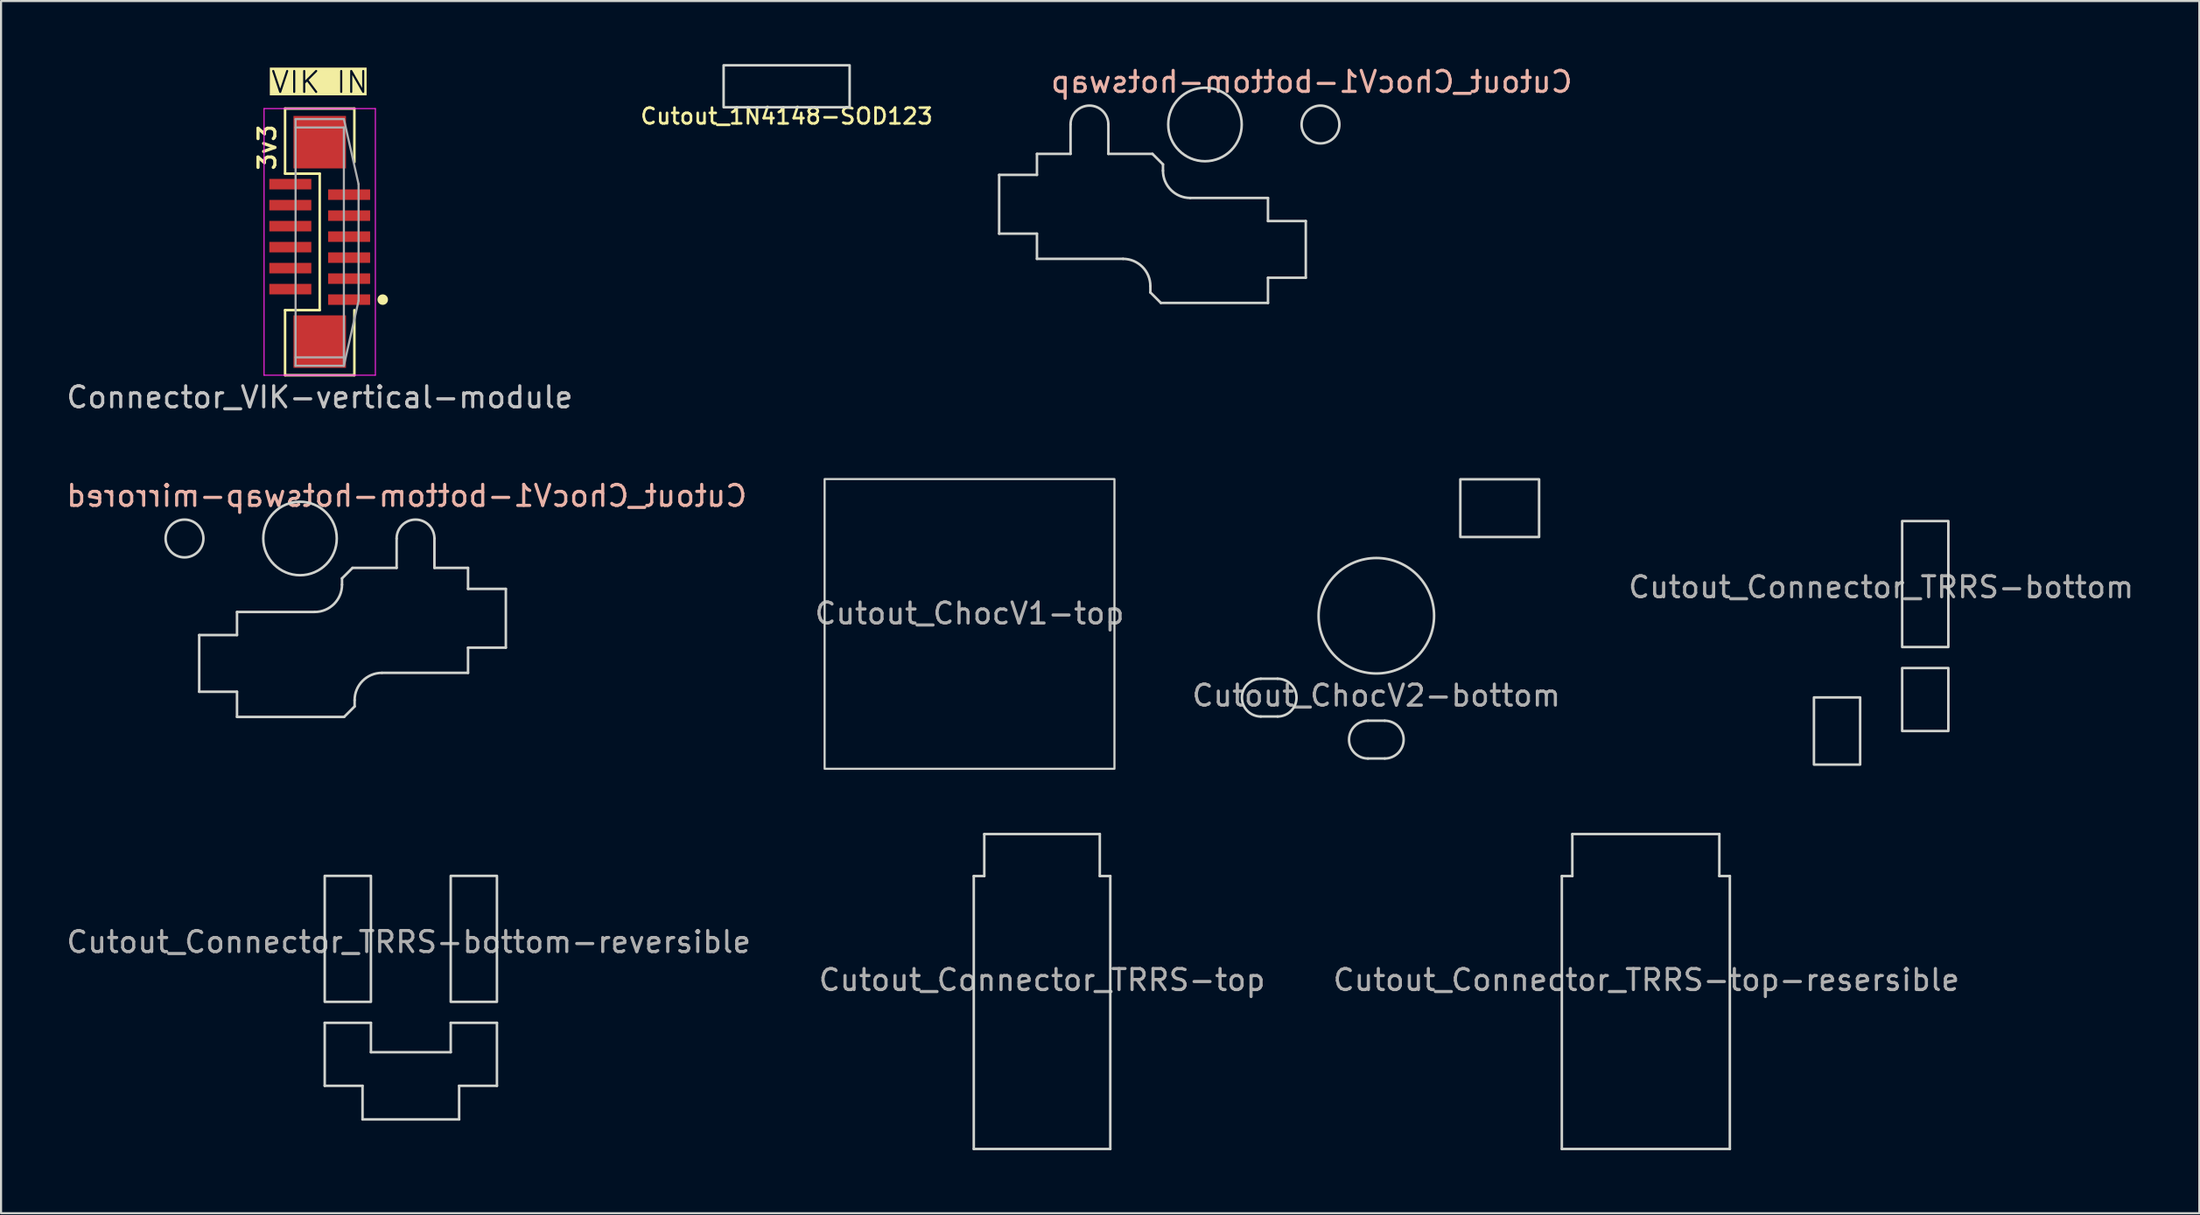
<source format=kicad_pcb>
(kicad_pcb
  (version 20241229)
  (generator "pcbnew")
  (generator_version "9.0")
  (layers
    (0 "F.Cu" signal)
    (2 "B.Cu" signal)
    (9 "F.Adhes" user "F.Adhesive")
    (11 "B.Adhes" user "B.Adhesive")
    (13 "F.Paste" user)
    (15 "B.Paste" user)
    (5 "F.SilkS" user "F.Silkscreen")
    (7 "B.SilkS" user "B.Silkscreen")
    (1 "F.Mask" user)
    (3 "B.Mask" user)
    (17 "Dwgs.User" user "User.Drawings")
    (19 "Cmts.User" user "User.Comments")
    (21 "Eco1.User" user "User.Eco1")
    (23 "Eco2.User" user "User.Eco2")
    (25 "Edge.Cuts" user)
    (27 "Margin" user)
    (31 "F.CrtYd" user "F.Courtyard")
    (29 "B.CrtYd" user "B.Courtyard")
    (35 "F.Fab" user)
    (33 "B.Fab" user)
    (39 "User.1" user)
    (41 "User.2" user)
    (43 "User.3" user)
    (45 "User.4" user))
  (footprint "Cutout_Connector_TRRS-top-resersible"
    (layer "F.Cu")
    (at 75.314 38.68)
    (property "Reference" "Cutout_Connector_TRRS-top-resersible" (at 0.025 4.95 0) (layer "F.Fab") (effects (font (size 1 1) (thickness 0.15))))
    (attr through_hole)
    (fp_line (start -4 0) (end -3.5 0) (stroke (width 0.12) (type solid)) (layer "Edge.Cuts"))
    (fp_line (start -4 13) (end -4 0) (stroke (width 0.12) (type solid)) (layer "Edge.Cuts"))
    (fp_line (start -3.5 -2) (end 3.5 -2) (stroke (width 0.12) (type solid)) (layer "Edge.Cuts"))
    (fp_line (start -3.5 0) (end -3.5 -2) (stroke (width 0.12) (type solid)) (layer "Edge.Cuts"))
    (fp_line (start 3.5 -2) (end 3.5 0) (stroke (width 0.12) (type solid)) (layer "Edge.Cuts"))
    (fp_line (start 3.5 0) (end 4 0) (stroke (width 0.12) (type solid)) (layer "Edge.Cuts"))
    (fp_line (start 4 0) (end 4 13) (stroke (width 0.12) (type solid)) (layer "Edge.Cuts"))
    (fp_line (start 4 13) (end -4 13) (stroke (width 0.12) (type solid)) (layer "Edge.Cuts")))
  (footprint "Cutout_1N4148-SOD123"
    (layer "F.Cu")
    (at 34.404 1.06)
    (property "Reference" "Cutout_1N4148-SOD123" (at 0 1.425 0) (layer "F.SilkS") (effects (font (size 0.75 0.75) (thickness 0.125))))
    (fp_rect (start -3 -1) (end 3 1) (stroke (width 0.12) (type solid)) (fill no) (layer "Edge.Cuts")))
  (footprint "Cutout_ChocV1-bottom-hotswap-mirrored"
    (layer "F.Cu")
    (at 11.235 22.6)
    (property "Reference" "Cutout_ChocV1-bottom-hotswap-mirrored" (at 5.08 -2.032 0) (layer "B.SilkS") (effects (font (size 1 1) (thickness 0.15)) (justify mirror)))
    (fp_line (start -4.8 4.6) (end -3 4.6) (stroke (width 0.12) (type solid)) (layer "Edge.Cuts"))
    (fp_line (start -4.8 7.3) (end -4.8 4.6) (stroke (width 0.12) (type solid)) (layer "Edge.Cuts"))
    (fp_line (start -3 3.5) (end 0.7 3.5) (stroke (width 0.12) (type solid)) (layer "Edge.Cuts"))
    (fp_line (start -3 4.6) (end -3 3.5) (stroke (width 0.12) (type solid)) (layer "Edge.Cuts"))
    (fp_line (start -3 7.3) (end -4.8 7.3) (stroke (width 0.12) (type solid)) (layer "Edge.Cuts"))
    (fp_line (start -3 8.5) (end -3 7.3) (stroke (width 0.12) (type solid)) (layer "Edge.Cuts"))
    (fp_line (start 2 1.9) (end 2 2.2) (stroke (width 0.12) (type solid)) (layer "Edge.Cuts"))
    (fp_line (start 2.1 8.5) (end -3 8.5) (stroke (width 0.12) (type solid)) (layer "Edge.Cuts"))
    (fp_line (start 2.1 8.5) (end 2.6 8) (stroke (width 0.12) (type solid)) (layer "Edge.Cuts"))
    (fp_line (start 2.5 1.4) (end 2 1.9) (stroke (width 0.12) (type solid)) (layer "Edge.Cuts"))
    (fp_line (start 2.5 1.4) (end 4.6 1.4) (stroke (width 0.12) (type solid)) (layer "Edge.Cuts"))
    (fp_line (start 2.6 8) (end 2.6 7.7) (stroke (width 0.12) (type solid)) (layer "Edge.Cuts"))
    (fp_line (start 4.6 0) (end 4.6 1.4) (stroke (width 0.12) (type solid)) (layer "Edge.Cuts"))
    (fp_line (start 6.4 0) (end 6.4 1.4) (stroke (width 0.12) (type solid)) (layer "Edge.Cuts"))
    (fp_line (start 8 1.4) (end 6.4 1.4) (stroke (width 0.12) (type solid)) (layer "Edge.Cuts"))
    (fp_line (start 8 1.4) (end 8 2.4) (stroke (width 0.12) (type solid)) (layer "Edge.Cuts"))
    (fp_line (start 8 2.4) (end 9.8 2.4) (stroke (width 0.12) (type solid)) (layer "Edge.Cuts"))
    (fp_line (start 8 5.2) (end 8 6.4) (stroke (width 0.12) (type solid)) (layer "Edge.Cuts"))
    (fp_line (start 8 6.4) (end 3.9 6.4) (stroke (width 0.12) (type solid)) (layer "Edge.Cuts"))
    (fp_line (start 9.8 2.4) (end 9.8 5.2) (stroke (width 0.12) (type solid)) (layer "Edge.Cuts"))
    (fp_line (start 9.8 5.2) (end 8 5.2) (stroke (width 0.12) (type solid)) (layer "Edge.Cuts"))
    (fp_arc (start 2 2.2) (mid 1.619239 3.119239) (end 0.7 3.5) (stroke (width 0.12) (type solid)) (layer "Edge.Cuts"))
    (fp_arc (start 2.6 7.7) (mid 2.980761 6.780761) (end 3.9 6.4) (stroke (width 0.12) (type solid)) (layer "Edge.Cuts"))
    (fp_arc (start 4.6 0) (mid 5.5 -0.9) (end 6.4 0) (stroke (width 0.12) (type solid)) (layer "Edge.Cuts"))
    (fp_circle (center -5.5 0) (end -5.5 -0.9) (stroke (width 0.12) (type solid)) (fill no) (layer "Edge.Cuts"))
    (fp_circle (center 0 0) (end 0 -1.75) (stroke (width 0.12) (type solid)) (fill no) (layer "Edge.Cuts")))
  (footprint "Cutout_ChocV1-top"
    (layer "F.Cu")
    (at 43.113 26.67)
    (property "Reference" "Cutout_ChocV1-top" (at 0 -0.5 0) (unlocked yes) (layer "F.Fab") (effects (font (size 1 1) (thickness 0.15))))
    (fp_rect (start -6.9 -6.9) (end 6.9 6.9) (stroke (width 0.1) (type solid)) (fill no) (layer "Edge.Cuts")))
  (footprint "Cutout_ChocV1-bottom-hotswap"
    (layer "F.Cu")
    (at 54.323 2.88)
    (property "Reference" "Cutout_ChocV1-bottom-hotswap" (at 5.08 -2.032 0) (layer "B.SilkS") (effects (font (size 1 1) (thickness 0.15)) (justify mirror)))
    (fp_line (start -9.8 2.4) (end -9.8 5.2) (stroke (width 0.12) (type solid)) (layer "Edge.Cuts"))
    (fp_line (start -9.8 5.2) (end -8 5.2) (stroke (width 0.12) (type solid)) (layer "Edge.Cuts"))
    (fp_line (start -8 1.4) (end -8 2.4) (stroke (width 0.12) (type solid)) (layer "Edge.Cuts"))
    (fp_line (start -8 1.4) (end -6.4 1.4) (stroke (width 0.12) (type solid)) (layer "Edge.Cuts"))
    (fp_line (start -8 2.4) (end -9.8 2.4) (stroke (width 0.12) (type solid)) (layer "Edge.Cuts"))
    (fp_line (start -8 5.2) (end -8 6.4) (stroke (width 0.12) (type solid)) (layer "Edge.Cuts"))
    (fp_line (start -8 6.4) (end -3.9 6.4) (stroke (width 0.12) (type solid)) (layer "Edge.Cuts"))
    (fp_line (start -6.4 0) (end -6.4 1.4) (stroke (width 0.12) (type solid)) (layer "Edge.Cuts"))
    (fp_line (start -4.6 0) (end -4.6 1.4) (stroke (width 0.12) (type solid)) (layer "Edge.Cuts"))
    (fp_line (start -2.6 8) (end -2.6 7.7) (stroke (width 0.12) (type solid)) (layer "Edge.Cuts"))
    (fp_line (start -2.5 1.4) (end -4.6 1.4) (stroke (width 0.12) (type solid)) (layer "Edge.Cuts"))
    (fp_line (start -2.5 1.4) (end -2 1.9) (stroke (width 0.12) (type solid)) (layer "Edge.Cuts"))
    (fp_line (start -2.1 8.5) (end -2.6 8) (stroke (width 0.12) (type solid)) (layer "Edge.Cuts"))
    (fp_line (start -2.1 8.5) (end 3 8.5) (stroke (width 0.12) (type solid)) (layer "Edge.Cuts"))
    (fp_line (start -2 1.9) (end -2 2.2) (stroke (width 0.12) (type solid)) (layer "Edge.Cuts"))
    (fp_line (start 3 3.5) (end -0.7 3.5) (stroke (width 0.12) (type solid)) (layer "Edge.Cuts"))
    (fp_line (start 3 4.6) (end 3 3.5) (stroke (width 0.12) (type solid)) (layer "Edge.Cuts"))
    (fp_line (start 3 7.3) (end 4.8 7.3) (stroke (width 0.12) (type solid)) (layer "Edge.Cuts"))
    (fp_line (start 3 8.5) (end 3 7.3) (stroke (width 0.12) (type solid)) (layer "Edge.Cuts"))
    (fp_line (start 4.8 4.6) (end 3 4.6) (stroke (width 0.12) (type solid)) (layer "Edge.Cuts"))
    (fp_line (start 4.8 7.3) (end 4.8 4.6) (stroke (width 0.12) (type solid)) (layer "Edge.Cuts"))
    (fp_arc (start -6.4 0) (mid -5.5 -0.9) (end -4.6 0) (stroke (width 0.12) (type solid)) (layer "Edge.Cuts"))
    (fp_arc (start -3.9 6.4) (mid -2.980761 6.780761) (end -2.6 7.7) (stroke (width 0.12) (type solid)) (layer "Edge.Cuts"))
    (fp_arc (start -0.7 3.5) (mid -1.619239 3.119239) (end -2 2.2) (stroke (width 0.12) (type solid)) (layer "Edge.Cuts"))
    (fp_circle (center 0 0) (end 0 -1.75) (stroke (width 0.12) (type solid)) (fill no) (layer "Edge.Cuts"))
    (fp_circle (center 5.5 0) (end 5.5 -0.9) (stroke (width 0.12) (type solid)) (fill no) (layer "Edge.Cuts")))
  (footprint "Cutout_Connector_TRRS-top"
    (layer "F.Cu")
    (at 46.565 38.68)
    (property "Reference" "Cutout_Connector_TRRS-top" (at 0 4.95 0) (layer "F.Fab") (effects (font (size 1 1) (thickness 0.15))))
    (attr through_hole)
    (fp_line (start -3.25 0) (end -3.25 13) (stroke (width 0.12) (type solid)) (layer "Edge.Cuts"))
    (fp_line (start -3.25 13) (end 3.25 13) (stroke (width 0.12) (type solid)) (layer "Edge.Cuts"))
    (fp_line (start -2.75 -2) (end -2.75 0) (stroke (width 0.12) (type solid)) (layer "Edge.Cuts"))
    (fp_line (start -2.75 0) (end -3.25 0) (stroke (width 0.12) (type solid)) (layer "Edge.Cuts"))
    (fp_line (start 2.75 -2) (end -2.75 -2) (stroke (width 0.12) (type solid)) (layer "Edge.Cuts"))
    (fp_line (start 2.75 0) (end 2.75 -2) (stroke (width 0.12) (type solid)) (layer "Edge.Cuts"))
    (fp_line (start 3.25 0) (end 2.75 0) (stroke (width 0.12) (type solid)) (layer "Edge.Cuts"))
    (fp_line (start 3.25 13) (end 3.25 0) (stroke (width 0.12) (type solid)) (layer "Edge.Cuts")))
  (footprint "Cutout_ChocV2-bottom"
    (layer "F.Cu")
    (at 62.482 26.28)
    (property "Reference" "Cutout_ChocV2-bottom" (at 0 3.8 0) (layer "F.Fab") (effects (font (size 1 1) (thickness 0.15))))
    (attr through_hole)
    (fp_line (start -5.5 3) (end -4.7 3) (stroke (width 0.12) (type solid)) (layer "Edge.Cuts"))
    (fp_line (start -5.5 4.8) (end -4.7 4.8) (stroke (width 0.12) (type solid)) (layer "Edge.Cuts"))
    (fp_line (start -0.4 5) (end 0.4 5) (stroke (width 0.12) (type solid)) (layer "Edge.Cuts"))
    (fp_line (start -0.4 6.8) (end 0.4 6.8) (stroke (width 0.12) (type solid)) (layer "Edge.Cuts"))
    (fp_rect (start 4 -6.5) (end 7.75 -3.75) (stroke (width 0.12) (type solid)) (fill no) (layer "Edge.Cuts"))
    (fp_arc (start -5.5 4.8) (mid -6.4 3.9) (end -5.5 3) (stroke (width 0.12) (type solid)) (layer "Edge.Cuts"))
    (fp_arc (start -4.7 3) (mid -3.8 3.9) (end -4.7 4.8) (stroke (width 0.12) (type solid)) (layer "Edge.Cuts"))
    (fp_arc (start -0.4 6.8) (mid -1.3 5.9) (end -0.4 5) (stroke (width 0.12) (type solid)) (layer "Edge.Cuts"))
    (fp_arc (start 0.4 5) (mid 1.3 5.9) (end 0.4 6.8) (stroke (width 0.12) (type solid)) (layer "Edge.Cuts"))
    (fp_circle (center 0 0) (end 0 -2.75) (stroke (width 0.12) (type solid)) (fill no) (layer "Edge.Cuts")))
  (footprint "Connector_VIK-vertical-module"
    (layer "F.Cu")
    (at 12.173 8.472)
    (property "Reference" "Connector_VIK-vertical-module" (at 0 7.4 0) (layer "Dwgs.User") (effects (font (size 1 1) (thickness 0.15))))
    (attr smd)
    (fp_line (start -1.65 -6.35) (end -1.65 -3.25) (stroke (width 0.12) (type default)) (layer "F.SilkS"))
    (fp_line (start -1.65 -6.35) (end 1.65 -6.35) (stroke (width 0.12) (type default)) (layer "F.SilkS"))
    (fp_line (start -1.65 6.35) (end -1.65 3.25) (stroke (width 0.12) (type default)) (layer "F.SilkS"))
    (fp_line (start -1.65 6.35) (end 1.65 6.35) (stroke (width 0.12) (type default)) (layer "F.SilkS"))
    (fp_line (start 0 -3.25) (end -1.65 -3.25) (stroke (width 0.12) (type default)) (layer "F.SilkS"))
    (fp_line (start 0 -3.25) (end 0 3.25) (stroke (width 0.12) (type default)) (layer "F.SilkS"))
    (fp_line (start 0 3.25) (end -1.65 3.25) (stroke (width 0.12) (type default)) (layer "F.SilkS"))
    (fp_line (start 1.65 -6.35) (end 1.65 -3.8) (stroke (width 0.12) (type default)) (layer "F.SilkS"))
    (fp_line (start 1.65 6.35) (end 1.65 3.25) (stroke (width 0.12) (type default)) (layer "F.SilkS"))
    (fp_circle (center 3 2.75) (end 3.125 2.75) (stroke (width 0.25) (type solid)) (fill yes) (layer "F.SilkS"))
    (fp_line (start -2.65 -6.35) (end 2.65 -6.35) (stroke (width 0.05) (type solid)) (layer "F.CrtYd"))
    (fp_line (start -2.65 6.35) (end -2.65 -6.35) (stroke (width 0.05) (type solid)) (layer "F.CrtYd"))
    (fp_line (start 2.65 -6.35) (end 2.65 6.35) (stroke (width 0.05) (type solid)) (layer "F.CrtYd"))
    (fp_line (start 2.65 6.35) (end -2.65 6.35) (stroke (width 0.05) (type solid)) (layer "F.CrtYd"))
    (fp_line (start -1.15 -5.85) (end 1.15 -5.85) (stroke (width 0.1) (type solid)) (layer "F.Fab"))
    (fp_line (start -1.15 -5.45) (end 1.15 -5.45) (stroke (width 0.1) (type solid)) (layer "F.Fab"))
    (fp_line (start -1.15 5.9) (end -1.15 -5.85) (stroke (width 0.1) (type solid)) (layer "F.Fab"))
    (fp_line (start 1.15 -5.85) (end 1.85 -2.75) (stroke (width 0.1) (type solid)) (layer "F.Fab"))
    (fp_line (start 1.15 -5.45) (end 1.15 5.9) (stroke (width 0.1) (type solid)) (layer "F.Fab"))
    (fp_line (start 1.15 5.5) (end -1.15 5.5) (stroke (width 0.1) (type solid)) (layer "F.Fab"))
    (fp_line (start 1.15 5.9) (end -1.15 5.9) (stroke (width 0.1) (type solid)) (layer "F.Fab"))
    (fp_line (start 1.85 -2.75) (end 1.85 2.8) (stroke (width 0.1) (type solid)) (layer "F.Fab"))
    (fp_line (start 1.85 2.8) (end 1.15 5.9) (stroke (width 0.1) (type solid)) (layer "F.Fab"))
    (fp_text user "VIK IN" (at 0 -7.6 0) (unlocked yes) (layer "F.SilkS" knockout) (effects (font (size 1 1) (thickness 0.1))))
    (fp_text user "3v3" (at -2.5 -4.5 90) (unlocked yes) (layer "F.SilkS") (effects (font (size 0.8 0.8) (thickness 0.15))))
    (pad "" smd rect (at 0 -4.75) (size 2.5 2.5) (layers "F.Cu" "F.Mask" "F.Paste"))
    (pad "" smd rect (at 0 4.75) (size 2.5 2.5) (layers "F.Cu" "F.Mask" "F.Paste"))
    (pad "1" smd custom (at 1.9 2.75) (size 1 0.5) (layers "F.Cu" "F.Mask" "F.Paste") (options (anchor rect)) (primitives (gr_poly (pts (xy -1.5 0.25) (xy -0.5 0.25) (xy -0.5 -0.25) (xy -1.5 -0.25)) (width 0) (fill yes))))
    (pad "2" smd custom (at -1.9 2.25 180) (size 1 0.5) (layers "F.Cu" "F.Mask" "F.Paste") (options (anchor rect)) (primitives (gr_poly (pts (xy -1.5 0.25) (xy -0.5 0.25) (xy -0.5 -0.25) (xy -1.5 -0.25)) (width 0) (fill yes))))
    (pad "3" smd custom (at 1.9 1.75) (size 1 0.5) (layers "F.Cu" "F.Mask" "F.Paste") (options (anchor rect)) (primitives (gr_poly (pts (xy -1.5 0.25) (xy -0.5 0.25) (xy -0.5 -0.25) (xy -1.5 -0.25)) (width 0) (fill yes))))
    (pad "4" smd custom (at -1.9 1.25 180) (size 1 0.5) (layers "F.Cu" "F.Mask" "F.Paste") (options (anchor rect)) (primitives (gr_poly (pts (xy -1.5 0.25) (xy -0.5 0.25) (xy -0.5 -0.25) (xy -1.5 -0.25)) (width 0) (fill yes))))
    (pad "5" smd custom (at 1.9 0.75) (size 1 0.5) (layers "F.Cu" "F.Mask" "F.Paste") (options (anchor rect)) (primitives (gr_poly (pts (xy -1.5 0.25) (xy -0.5 0.25) (xy -0.5 -0.25) (xy -1.5 -0.25)) (width 0) (fill yes))))
    (pad "6" smd rect (at -1.4 0.25 270) (size 0.5 2) (layers "F.Cu" "F.Mask" "F.Paste"))
    (pad "7" smd custom (at 1.9 -0.25) (size 1 0.5) (layers "F.Cu" "F.Mask" "F.Paste") (options (anchor rect)) (primitives (gr_poly (pts (xy -1.5 0.25) (xy -0.5 0.25) (xy -0.5 -0.25) (xy -1.5 -0.25)) (width 0) (fill yes))))
    (pad "8" smd custom (at -1.9 -0.75 180) (size 1 0.5) (layers "F.Cu" "F.Mask" "F.Paste") (options (anchor rect)) (primitives (gr_poly (pts (xy -1.5 0.25) (xy -0.5 0.25) (xy -0.5 -0.25) (xy -1.5 -0.25)) (width 0) (fill yes))))
    (pad "9" smd custom (at 1.9 -1.25) (size 1 0.5) (layers "F.Cu" "F.Mask" "F.Paste") (options (anchor rect)) (primitives (gr_poly (pts (xy -1.5 0.25) (xy -0.5 0.25) (xy -0.5 -0.25) (xy -1.5 -0.25)) (width 0) (fill yes))))
    (pad "10" smd custom (at -1.9 -1.75 180) (size 1 0.5) (layers "F.Cu" "F.Mask" "F.Paste") (options (anchor rect)) (primitives (gr_poly (pts (xy -1.5 0.25) (xy -0.5 0.25) (xy -0.5 -0.25) (xy -1.5 -0.25)) (width 0) (fill yes))))
    (pad "11" smd custom (at 1.9 -2.25) (size 1 0.5) (layers "F.Cu" "F.Mask" "F.Paste") (options (anchor rect)) (primitives (gr_poly (pts (xy -1.5 0.25) (xy -0.5 0.25) (xy -0.5 -0.25) (xy -1.5 -0.25)) (width 0) (fill yes))))
    (pad "12" smd custom (at -1.9 -2.75 180) (size 1 0.5) (layers "F.Cu" "F.Mask" "F.Paste") (options (anchor rect)) (primitives (gr_poly (pts (xy -1.5 0.25) (xy -0.5 0.25) (xy -0.5 -0.25) (xy -1.5 -0.25)) (width 0) (fill yes)))))
  (footprint "Cutout_Connector_TRRS-bottom"
    (layer "F.Cu")
    (at 86.518 19.97)
    (property "Reference" "Cutout_Connector_TRRS-bottom" (at 0 4.95 0) (layer "F.Fab") (effects (font (size 1 1) (thickness 0.15))))
    (fp_rect (start -3.2 10.2) (end -1 13.4) (stroke (width 0.12) (type solid)) (fill no) (layer "Edge.Cuts"))
    (fp_rect (start 1 1.8) (end 3.2 7.8) (stroke (width 0.12) (type solid)) (fill no) (layer "Edge.Cuts"))
    (fp_rect (start 1 8.8) (end 3.2 11.8) (stroke (width 0.12) (type solid)) (fill no) (layer "Edge.Cuts")))
  (footprint "Cutout_Connector_TRRS-bottom-reversible"
    (layer "F.Cu")
    (at 16.411 36.87)
    (property "Reference" "Cutout_Connector_TRRS-bottom-reversible" (at 0 4.95 0) (layer "F.Fab") (effects (font (size 1 1) (thickness 0.15))))
    (fp_line (start -4 8.8) (end -1.8 8.8) (stroke (width 0.12) (type solid)) (layer "Edge.Cuts"))
    (fp_line (start -4 11.8) (end -4 8.8) (stroke (width 0.12) (type solid)) (layer "Edge.Cuts"))
    (fp_line (start -2.2 11.8) (end -4 11.8) (stroke (width 0.12) (type solid)) (layer "Edge.Cuts"))
    (fp_line (start -2.2 13.4) (end -2.2 11.8) (stroke (width 0.12) (type solid)) (layer "Edge.Cuts"))
    (fp_line (start -1.8 8.8) (end -1.8 10.2) (stroke (width 0.12) (type solid)) (layer "Edge.Cuts"))
    (fp_line (start -1.8 10.2) (end 2 10.2) (stroke (width 0.12) (type solid)) (layer "Edge.Cuts"))
    (fp_line (start 2 8.8) (end 4.2 8.8) (stroke (width 0.12) (type solid)) (layer "Edge.Cuts"))
    (fp_line (start 2 10.2) (end 2 8.8) (stroke (width 0.12) (type solid)) (layer "Edge.Cuts"))
    (fp_line (start 2.4 11.8) (end 2.4 13.4) (stroke (width 0.12) (type solid)) (layer "Edge.Cuts"))
    (fp_line (start 2.4 13.4) (end -2.2 13.4) (stroke (width 0.12) (type solid)) (layer "Edge.Cuts"))
    (fp_line (start 4.2 8.8) (end 4.2 11.8) (stroke (width 0.12) (type solid)) (layer "Edge.Cuts"))
    (fp_line (start 4.2 11.8) (end 2.4 11.8) (stroke (width 0.12) (type solid)) (layer "Edge.Cuts"))
    (fp_rect (start -1.8 1.8) (end -4 7.8) (stroke (width 0.12) (type solid)) (fill no) (layer "Edge.Cuts"))
    (fp_rect (start 2 1.8) (end 4.2 7.8) (stroke (width 0.12) (type solid)) (fill no) (layer "Edge.Cuts")))
  (gr_rect
    (start -3 -3)
    (end 101.667 54.74)
    (stroke (width 0.1) (type default))
    (fill no)
    (layer "Edge.Cuts")))
</source>
